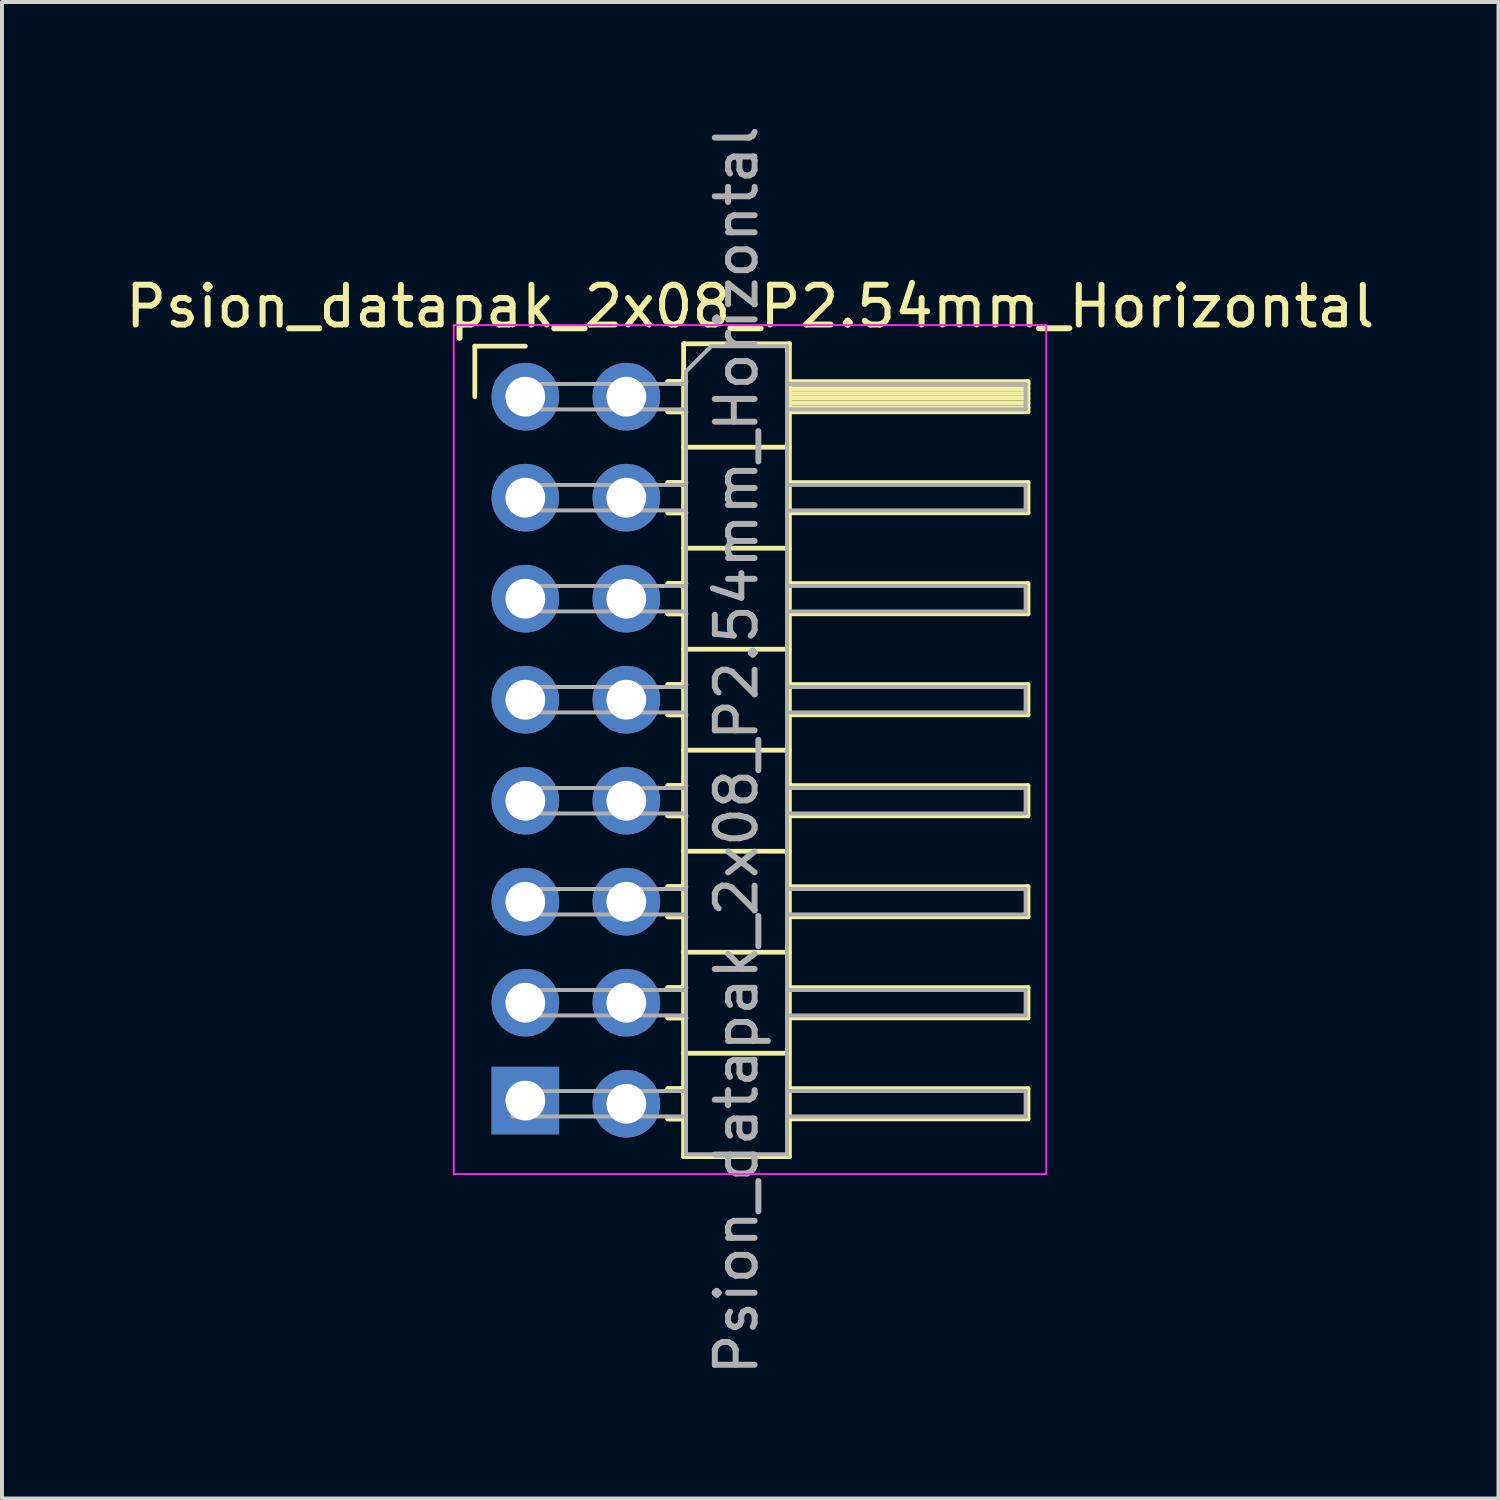
<source format=kicad_pcb>
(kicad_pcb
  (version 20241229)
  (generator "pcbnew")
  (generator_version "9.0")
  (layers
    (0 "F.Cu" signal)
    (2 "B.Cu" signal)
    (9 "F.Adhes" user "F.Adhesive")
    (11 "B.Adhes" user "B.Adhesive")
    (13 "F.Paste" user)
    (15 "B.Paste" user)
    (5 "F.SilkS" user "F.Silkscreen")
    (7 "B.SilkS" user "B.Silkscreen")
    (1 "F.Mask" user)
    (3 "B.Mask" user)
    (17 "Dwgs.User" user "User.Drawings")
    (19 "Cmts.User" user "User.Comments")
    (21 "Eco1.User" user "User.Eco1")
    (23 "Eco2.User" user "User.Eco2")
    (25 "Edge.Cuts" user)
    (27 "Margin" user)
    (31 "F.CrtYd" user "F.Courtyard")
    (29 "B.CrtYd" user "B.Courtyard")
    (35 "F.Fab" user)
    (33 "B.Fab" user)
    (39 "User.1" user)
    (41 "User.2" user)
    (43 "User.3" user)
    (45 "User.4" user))
  (footprint "Psion_datapak_2x08_P2.54mm_Horizontal"
    (layer "F.Cu")
    (at 10.16 6.925)
    (property "Reference" "Psion_datapak_2x08_P2.54mm_Horizontal" (at 5.655 -2.27 0) (layer "F.SilkS") (effects (font (size 1 1) (thickness 0.15))))
    (attr through_hole)
    (fp_line (start -1.27 -1.27) (end 0 -1.27) (stroke (width 0.12) (type solid)) (layer "F.SilkS"))
    (fp_line (start -1.27 0) (end -1.27 -1.27) (stroke (width 0.12) (type solid)) (layer "F.SilkS"))
    (fp_line (start 3.583 -0.38) (end 3.98 -0.38) (stroke (width 0.12) (type solid)) (layer "F.SilkS"))
    (fp_line (start 3.583 0.38) (end 3.98 0.38) (stroke (width 0.12) (type solid)) (layer "F.SilkS"))
    (fp_line (start 3.583 2.16) (end 3.98 2.16) (stroke (width 0.12) (type solid)) (layer "F.SilkS"))
    (fp_line (start 3.583 2.92) (end 3.98 2.92) (stroke (width 0.12) (type solid)) (layer "F.SilkS"))
    (fp_line (start 3.583 4.7) (end 3.98 4.7) (stroke (width 0.12) (type solid)) (layer "F.SilkS"))
    (fp_line (start 3.583 5.46) (end 3.98 5.46) (stroke (width 0.12) (type solid)) (layer "F.SilkS"))
    (fp_line (start 3.583 7.24) (end 3.98 7.24) (stroke (width 0.12) (type solid)) (layer "F.SilkS"))
    (fp_line (start 3.583 8) (end 3.98 8) (stroke (width 0.12) (type solid)) (layer "F.SilkS"))
    (fp_line (start 3.583 9.78) (end 3.98 9.78) (stroke (width 0.12) (type solid)) (layer "F.SilkS"))
    (fp_line (start 3.583 10.54) (end 3.98 10.54) (stroke (width 0.12) (type solid)) (layer "F.SilkS"))
    (fp_line (start 3.583 12.32) (end 3.98 12.32) (stroke (width 0.12) (type solid)) (layer "F.SilkS"))
    (fp_line (start 3.583 13.08) (end 3.98 13.08) (stroke (width 0.12) (type solid)) (layer "F.SilkS"))
    (fp_line (start 3.583 14.86) (end 3.98 14.86) (stroke (width 0.12) (type solid)) (layer "F.SilkS"))
    (fp_line (start 3.583 15.62) (end 3.98 15.62) (stroke (width 0.12) (type solid)) (layer "F.SilkS"))
    (fp_line (start 3.583 17.4) (end 3.98 17.4) (stroke (width 0.12) (type solid)) (layer "F.SilkS"))
    (fp_line (start 3.583 18.16) (end 3.98 18.16) (stroke (width 0.12) (type solid)) (layer "F.SilkS"))
    (fp_line (start 3.97 17.4) (end 3.583 17.4) (stroke (width 0.12) (type solid)) (layer "F.SilkS"))
    (fp_line (start 3.97 18.16) (end 3.583 18.16) (stroke (width 0.12) (type solid)) (layer "F.SilkS"))
    (fp_line (start 3.98 -1.33) (end 3.98 19.11) (stroke (width 0.12) (type solid)) (layer "F.SilkS"))
    (fp_line (start 3.98 1.27) (end 6.64 1.27) (stroke (width 0.12) (type solid)) (layer "F.SilkS"))
    (fp_line (start 3.98 3.81) (end 6.64 3.81) (stroke (width 0.12) (type solid)) (layer "F.SilkS"))
    (fp_line (start 3.98 6.35) (end 6.64 6.35) (stroke (width 0.12) (type solid)) (layer "F.SilkS"))
    (fp_line (start 3.98 8.89) (end 6.64 8.89) (stroke (width 0.12) (type solid)) (layer "F.SilkS"))
    (fp_line (start 3.98 11.43) (end 6.64 11.43) (stroke (width 0.12) (type solid)) (layer "F.SilkS"))
    (fp_line (start 3.98 13.97) (end 6.64 13.97) (stroke (width 0.12) (type solid)) (layer "F.SilkS"))
    (fp_line (start 3.98 16.51) (end 6.64 16.51) (stroke (width 0.12) (type solid)) (layer "F.SilkS"))
    (fp_line (start 3.98 19.11) (end 6.64 19.11) (stroke (width 0.12) (type solid)) (layer "F.SilkS"))
    (fp_line (start 4.037 -0.38) (end 3.583 -0.38) (stroke (width 0.12) (type solid)) (layer "F.SilkS"))
    (fp_line (start 4.037 0.38) (end 3.583 0.38) (stroke (width 0.12) (type solid)) (layer "F.SilkS"))
    (fp_line (start 4.037 2.16) (end 3.583 2.16) (stroke (width 0.12) (type solid)) (layer "F.SilkS"))
    (fp_line (start 4.037 2.92) (end 3.583 2.92) (stroke (width 0.12) (type solid)) (layer "F.SilkS"))
    (fp_line (start 4.037 4.7) (end 3.583 4.7) (stroke (width 0.12) (type solid)) (layer "F.SilkS"))
    (fp_line (start 4.037 5.46) (end 3.583 5.46) (stroke (width 0.12) (type solid)) (layer "F.SilkS"))
    (fp_line (start 4.037 7.24) (end 3.583 7.24) (stroke (width 0.12) (type solid)) (layer "F.SilkS"))
    (fp_line (start 4.037 8) (end 3.583 8) (stroke (width 0.12) (type solid)) (layer "F.SilkS"))
    (fp_line (start 4.037 9.78) (end 3.583 9.78) (stroke (width 0.12) (type solid)) (layer "F.SilkS"))
    (fp_line (start 4.037 10.54) (end 3.583 10.54) (stroke (width 0.12) (type solid)) (layer "F.SilkS"))
    (fp_line (start 4.037 12.32) (end 3.583 12.32) (stroke (width 0.12) (type solid)) (layer "F.SilkS"))
    (fp_line (start 4.037 13.08) (end 3.583 13.08) (stroke (width 0.12) (type solid)) (layer "F.SilkS"))
    (fp_line (start 4.037 14.86) (end 3.583 14.86) (stroke (width 0.12) (type solid)) (layer "F.SilkS"))
    (fp_line (start 4.037 15.62) (end 3.583 15.62) (stroke (width 0.12) (type solid)) (layer "F.SilkS"))
    (fp_line (start 6.64 -1.33) (end 3.98 -1.33) (stroke (width 0.12) (type solid)) (layer "F.SilkS"))
    (fp_line (start 6.64 -0.38) (end 12.64 -0.38) (stroke (width 0.12) (type solid)) (layer "F.SilkS"))
    (fp_line (start 6.64 -0.32) (end 12.64 -0.32) (stroke (width 0.12) (type solid)) (layer "F.SilkS"))
    (fp_line (start 6.64 -0.2) (end 12.64 -0.2) (stroke (width 0.12) (type solid)) (layer "F.SilkS"))
    (fp_line (start 6.64 -0.08) (end 12.64 -0.08) (stroke (width 0.12) (type solid)) (layer "F.SilkS"))
    (fp_line (start 6.64 0.04) (end 12.64 0.04) (stroke (width 0.12) (type solid)) (layer "F.SilkS"))
    (fp_line (start 6.64 0.16) (end 12.64 0.16) (stroke (width 0.12) (type solid)) (layer "F.SilkS"))
    (fp_line (start 6.64 0.28) (end 12.64 0.28) (stroke (width 0.12) (type solid)) (layer "F.SilkS"))
    (fp_line (start 6.64 2.16) (end 12.64 2.16) (stroke (width 0.12) (type solid)) (layer "F.SilkS"))
    (fp_line (start 6.64 4.7) (end 12.64 4.7) (stroke (width 0.12) (type solid)) (layer "F.SilkS"))
    (fp_line (start 6.64 7.24) (end 12.64 7.24) (stroke (width 0.12) (type solid)) (layer "F.SilkS"))
    (fp_line (start 6.64 9.78) (end 12.64 9.78) (stroke (width 0.12) (type solid)) (layer "F.SilkS"))
    (fp_line (start 6.64 12.32) (end 12.64 12.32) (stroke (width 0.12) (type solid)) (layer "F.SilkS"))
    (fp_line (start 6.64 14.86) (end 12.64 14.86) (stroke (width 0.12) (type solid)) (layer "F.SilkS"))
    (fp_line (start 6.64 17.4) (end 12.64 17.4) (stroke (width 0.12) (type solid)) (layer "F.SilkS"))
    (fp_line (start 6.64 19.11) (end 6.64 -1.33) (stroke (width 0.12) (type solid)) (layer "F.SilkS"))
    (fp_line (start 12.64 -0.38) (end 12.64 0.38) (stroke (width 0.12) (type solid)) (layer "F.SilkS"))
    (fp_line (start 12.64 0.38) (end 6.64 0.38) (stroke (width 0.12) (type solid)) (layer "F.SilkS"))
    (fp_line (start 12.64 2.16) (end 12.64 2.92) (stroke (width 0.12) (type solid)) (layer "F.SilkS"))
    (fp_line (start 12.64 2.92) (end 6.64 2.92) (stroke (width 0.12) (type solid)) (layer "F.SilkS"))
    (fp_line (start 12.64 4.7) (end 12.64 5.46) (stroke (width 0.12) (type solid)) (layer "F.SilkS"))
    (fp_line (start 12.64 5.46) (end 6.64 5.46) (stroke (width 0.12) (type solid)) (layer "F.SilkS"))
    (fp_line (start 12.64 7.24) (end 12.64 8) (stroke (width 0.12) (type solid)) (layer "F.SilkS"))
    (fp_line (start 12.64 8) (end 6.64 8) (stroke (width 0.12) (type solid)) (layer "F.SilkS"))
    (fp_line (start 12.64 9.78) (end 12.64 10.54) (stroke (width 0.12) (type solid)) (layer "F.SilkS"))
    (fp_line (start 12.64 10.54) (end 6.64 10.54) (stroke (width 0.12) (type solid)) (layer "F.SilkS"))
    (fp_line (start 12.64 12.32) (end 12.64 13.08) (stroke (width 0.12) (type solid)) (layer "F.SilkS"))
    (fp_line (start 12.64 13.08) (end 6.64 13.08) (stroke (width 0.12) (type solid)) (layer "F.SilkS"))
    (fp_line (start 12.64 14.86) (end 12.64 15.62) (stroke (width 0.12) (type solid)) (layer "F.SilkS"))
    (fp_line (start 12.64 15.62) (end 6.64 15.62) (stroke (width 0.12) (type solid)) (layer "F.SilkS"))
    (fp_line (start 12.64 17.4) (end 12.64 18.16) (stroke (width 0.12) (type solid)) (layer "F.SilkS"))
    (fp_line (start 12.64 18.16) (end 6.64 18.16) (stroke (width 0.12) (type solid)) (layer "F.SilkS"))
    (fp_line (start -1.8 -1.8) (end -1.8 19.55) (stroke (width 0.05) (type solid)) (layer "F.CrtYd"))
    (fp_line (start -1.8 19.55) (end 13.1 19.55) (stroke (width 0.05) (type solid)) (layer "F.CrtYd"))
    (fp_line (start 13.1 -1.8) (end -1.8 -1.8) (stroke (width 0.05) (type solid)) (layer "F.CrtYd"))
    (fp_line (start 13.1 19.55) (end 13.1 -1.8) (stroke (width 0.05) (type solid)) (layer "F.CrtYd"))
    (fp_line (start -0.32 -0.32) (end -0.32 0.32) (stroke (width 0.1) (type solid)) (layer "F.Fab"))
    (fp_line (start -0.32 -0.32) (end 4.04 -0.32) (stroke (width 0.1) (type solid)) (layer "F.Fab"))
    (fp_line (start -0.32 0.32) (end 4.04 0.32) (stroke (width 0.1) (type solid)) (layer "F.Fab"))
    (fp_line (start -0.32 2.22) (end -0.32 2.86) (stroke (width 0.1) (type solid)) (layer "F.Fab"))
    (fp_line (start -0.32 2.22) (end 4.04 2.22) (stroke (width 0.1) (type solid)) (layer "F.Fab"))
    (fp_line (start -0.32 2.86) (end 4.04 2.86) (stroke (width 0.1) (type solid)) (layer "F.Fab"))
    (fp_line (start -0.32 4.76) (end -0.32 5.4) (stroke (width 0.1) (type solid)) (layer "F.Fab"))
    (fp_line (start -0.32 4.76) (end 4.04 4.76) (stroke (width 0.1) (type solid)) (layer "F.Fab"))
    (fp_line (start -0.32 5.4) (end 4.04 5.4) (stroke (width 0.1) (type solid)) (layer "F.Fab"))
    (fp_line (start -0.32 7.3) (end -0.32 7.94) (stroke (width 0.1) (type solid)) (layer "F.Fab"))
    (fp_line (start -0.32 7.3) (end 4.04 7.3) (stroke (width 0.1) (type solid)) (layer "F.Fab"))
    (fp_line (start -0.32 7.94) (end 4.04 7.94) (stroke (width 0.1) (type solid)) (layer "F.Fab"))
    (fp_line (start -0.32 9.84) (end -0.32 10.48) (stroke (width 0.1) (type solid)) (layer "F.Fab"))
    (fp_line (start -0.32 9.84) (end 4.04 9.84) (stroke (width 0.1) (type solid)) (layer "F.Fab"))
    (fp_line (start -0.32 10.48) (end 4.04 10.48) (stroke (width 0.1) (type solid)) (layer "F.Fab"))
    (fp_line (start -0.32 12.38) (end -0.32 13.02) (stroke (width 0.1) (type solid)) (layer "F.Fab"))
    (fp_line (start -0.32 12.38) (end 4.04 12.38) (stroke (width 0.1) (type solid)) (layer "F.Fab"))
    (fp_line (start -0.32 13.02) (end 4.04 13.02) (stroke (width 0.1) (type solid)) (layer "F.Fab"))
    (fp_line (start -0.32 14.92) (end -0.32 15.56) (stroke (width 0.1) (type solid)) (layer "F.Fab"))
    (fp_line (start -0.32 14.92) (end 4.04 14.92) (stroke (width 0.1) (type solid)) (layer "F.Fab"))
    (fp_line (start -0.32 15.56) (end 4.04 15.56) (stroke (width 0.1) (type solid)) (layer "F.Fab"))
    (fp_line (start -0.32 17.46) (end -0.32 18.1) (stroke (width 0.1) (type solid)) (layer "F.Fab"))
    (fp_line (start -0.32 17.46) (end 4.04 17.46) (stroke (width 0.1) (type solid)) (layer "F.Fab"))
    (fp_line (start -0.32 18.1) (end 4.04 18.1) (stroke (width 0.1) (type solid)) (layer "F.Fab"))
    (fp_line (start 4.04 -0.635) (end 4.675 -1.27) (stroke (width 0.1) (type solid)) (layer "F.Fab"))
    (fp_line (start 4.04 19.05) (end 4.04 -0.635) (stroke (width 0.1) (type solid)) (layer "F.Fab"))
    (fp_line (start 4.675 -1.27) (end 6.58 -1.27) (stroke (width 0.1) (type solid)) (layer "F.Fab"))
    (fp_line (start 6.58 -1.27) (end 6.58 19.05) (stroke (width 0.1) (type solid)) (layer "F.Fab"))
    (fp_line (start 6.58 -0.32) (end 12.58 -0.32) (stroke (width 0.1) (type solid)) (layer "F.Fab"))
    (fp_line (start 6.58 0.32) (end 12.58 0.32) (stroke (width 0.1) (type solid)) (layer "F.Fab"))
    (fp_line (start 6.58 2.22) (end 12.58 2.22) (stroke (width 0.1) (type solid)) (layer "F.Fab"))
    (fp_line (start 6.58 2.86) (end 12.58 2.86) (stroke (width 0.1) (type solid)) (layer "F.Fab"))
    (fp_line (start 6.58 4.76) (end 12.58 4.76) (stroke (width 0.1) (type solid)) (layer "F.Fab"))
    (fp_line (start 6.58 5.4) (end 12.58 5.4) (stroke (width 0.1) (type solid)) (layer "F.Fab"))
    (fp_line (start 6.58 7.3) (end 12.58 7.3) (stroke (width 0.1) (type solid)) (layer "F.Fab"))
    (fp_line (start 6.58 7.94) (end 12.58 7.94) (stroke (width 0.1) (type solid)) (layer "F.Fab"))
    (fp_line (start 6.58 9.84) (end 12.58 9.84) (stroke (width 0.1) (type solid)) (layer "F.Fab"))
    (fp_line (start 6.58 10.48) (end 12.58 10.48) (stroke (width 0.1) (type solid)) (layer "F.Fab"))
    (fp_line (start 6.58 12.38) (end 12.58 12.38) (stroke (width 0.1) (type solid)) (layer "F.Fab"))
    (fp_line (start 6.58 13.02) (end 12.58 13.02) (stroke (width 0.1) (type solid)) (layer "F.Fab"))
    (fp_line (start 6.58 14.92) (end 12.58 14.92) (stroke (width 0.1) (type solid)) (layer "F.Fab"))
    (fp_line (start 6.58 15.56) (end 12.58 15.56) (stroke (width 0.1) (type solid)) (layer "F.Fab"))
    (fp_line (start 6.58 17.46) (end 12.58 17.46) (stroke (width 0.1) (type solid)) (layer "F.Fab"))
    (fp_line (start 6.58 18.1) (end 12.58 18.1) (stroke (width 0.1) (type solid)) (layer "F.Fab"))
    (fp_line (start 6.58 19.05) (end 4.04 19.05) (stroke (width 0.1) (type solid)) (layer "F.Fab"))
    (fp_line (start 12.58 -0.32) (end 12.58 0.32) (stroke (width 0.1) (type solid)) (layer "F.Fab"))
    (fp_line (start 12.58 2.22) (end 12.58 2.86) (stroke (width 0.1) (type solid)) (layer "F.Fab"))
    (fp_line (start 12.58 4.76) (end 12.58 5.4) (stroke (width 0.1) (type solid)) (layer "F.Fab"))
    (fp_line (start 12.58 7.3) (end 12.58 7.94) (stroke (width 0.1) (type solid)) (layer "F.Fab"))
    (fp_line (start 12.58 9.84) (end 12.58 10.48) (stroke (width 0.1) (type solid)) (layer "F.Fab"))
    (fp_line (start 12.58 12.38) (end 12.58 13.02) (stroke (width 0.1) (type solid)) (layer "F.Fab"))
    (fp_line (start 12.58 14.92) (end 12.58 15.56) (stroke (width 0.1) (type solid)) (layer "F.Fab"))
    (fp_line (start 12.58 17.46) (end 12.58 18.1) (stroke (width 0.1) (type solid)) (layer "F.Fab"))
    (fp_text user "${REFERENCE}" (at 5.31 8.89 90) (layer "F.Fab") (effects (font (size 1 1) (thickness 0.15))))
    (pad "1" thru_hole rect (at 0 17.7) (size 1.7 1.7) (drill 1) (layers "*.Cu" "*.Mask"))
    (pad "2" thru_hole oval (at 2.54 17.78 180) (size 1.7 1.7) (drill 1) (layers "*.Cu" "*.Mask"))
    (pad "3" thru_hole oval (at 0 15.24) (size 1.7 1.7) (drill 1) (layers "*.Cu" "*.Mask"))
    (pad "4" thru_hole oval (at 2.54 15.24 180) (size 1.7 1.7) (drill 1) (layers "*.Cu" "*.Mask"))
    (pad "5" thru_hole oval (at 0 12.7) (size 1.7 1.7) (drill 1) (layers "*.Cu" "*.Mask"))
    (pad "6" thru_hole oval (at 2.54 12.7 180) (size 1.7 1.7) (drill 1) (layers "*.Cu" "*.Mask"))
    (pad "7" thru_hole oval (at 0 10.16) (size 1.7 1.7) (drill 1) (layers "*.Cu" "*.Mask"))
    (pad "8" thru_hole oval (at 2.54 10.16 180) (size 1.7 1.7) (drill 1) (layers "*.Cu" "*.Mask"))
    (pad "9" thru_hole oval (at 0 7.62) (size 1.7 1.7) (drill 1) (layers "*.Cu" "*.Mask"))
    (pad "10" thru_hole oval (at 2.54 7.62 180) (size 1.7 1.7) (drill 1) (layers "*.Cu" "*.Mask"))
    (pad "11" thru_hole oval (at 0 5.08) (size 1.7 1.7) (drill 1) (layers "*.Cu" "*.Mask"))
    (pad "12" thru_hole oval (at 2.54 5.08 180) (size 1.7 1.7) (drill 1) (layers "*.Cu" "*.Mask"))
    (pad "13" thru_hole oval (at 0 2.54) (size 1.7 1.7) (drill 1) (layers "*.Cu" "*.Mask"))
    (pad "14" thru_hole oval (at 2.54 2.54 180) (size 1.7 1.7) (drill 1) (layers "*.Cu" "*.Mask"))
    (pad "15" thru_hole oval (at 0 0) (size 1.7 1.7) (drill 1) (layers "*.Cu" "*.Mask"))
    (pad "16" thru_hole oval (at 2.54 0 180) (size 1.7 1.7) (drill 1) (layers "*.Cu" "*.Mask")))
  (gr_rect
    (start -3 -3)
    (end 34.631 34.631)
    (stroke (width 0.1) (type default))
    (fill no)
    (layer "Edge.Cuts")))
</source>
